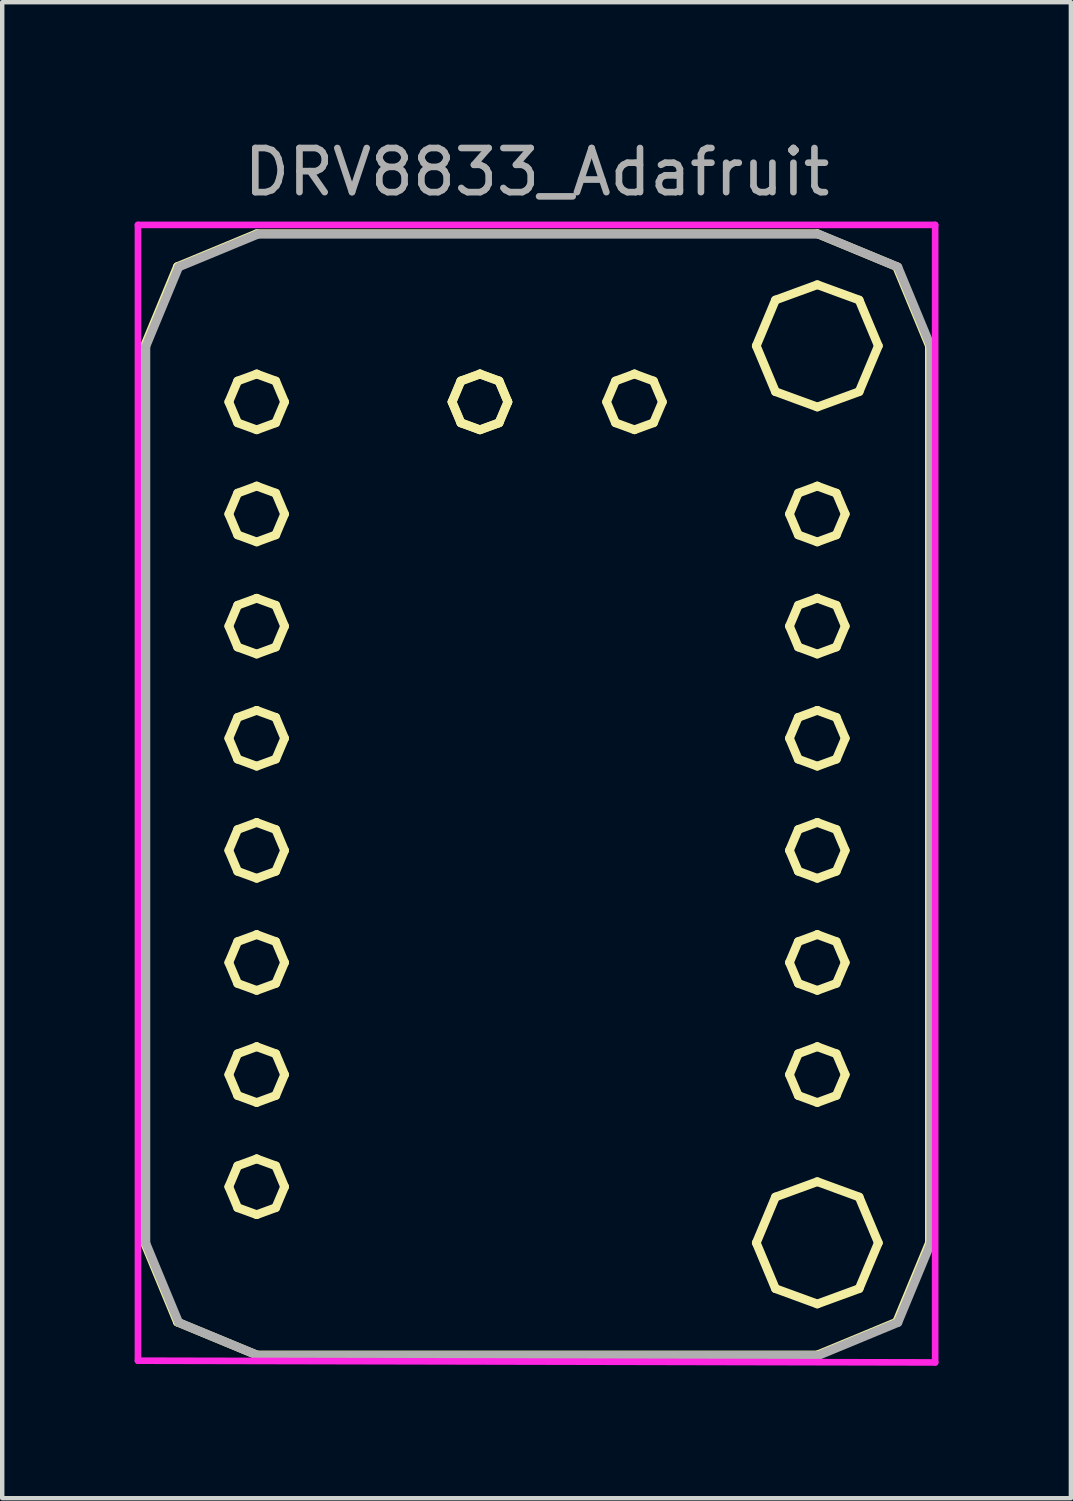
<source format=kicad_pcb>
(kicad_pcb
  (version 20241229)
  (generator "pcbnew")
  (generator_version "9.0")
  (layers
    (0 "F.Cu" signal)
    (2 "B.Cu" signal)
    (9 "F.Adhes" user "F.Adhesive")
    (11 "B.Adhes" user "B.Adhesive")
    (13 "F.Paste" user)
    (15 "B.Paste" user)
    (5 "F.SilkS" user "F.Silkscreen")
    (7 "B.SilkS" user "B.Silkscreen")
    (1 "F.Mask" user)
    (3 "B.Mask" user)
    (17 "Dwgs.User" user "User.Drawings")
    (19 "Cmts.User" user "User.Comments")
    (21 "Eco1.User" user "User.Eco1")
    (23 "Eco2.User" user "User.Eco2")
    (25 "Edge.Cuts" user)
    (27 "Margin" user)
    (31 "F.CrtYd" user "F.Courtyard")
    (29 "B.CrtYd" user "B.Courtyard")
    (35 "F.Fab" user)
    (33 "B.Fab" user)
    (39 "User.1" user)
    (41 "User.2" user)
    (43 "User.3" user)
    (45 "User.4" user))
  (footprint "DRV8833_Adafruit"
    (layer "F.Cu")
    (at 9.115 14.945)
    (property "Reference" "DRV8833_Adafruit" (at 0 -14.097 0) (layer "F.Fab") (effects (font (size 1 1) (thickness 0.15))))
    (attr smd)
    (fp_line (start -8.89 -10.16) (end -8.146 -11.956) (stroke (width 0.198) (type solid)) (layer "F.SilkS"))
    (fp_line (start -8.89 10.16) (end -8.89 -10.16) (stroke (width 0.198) (type solid)) (layer "F.SilkS"))
    (fp_line (start -8.146 -11.956) (end -6.35 -12.7) (stroke (width 0.198) (type solid)) (layer "F.SilkS"))
    (fp_line (start -8.146 11.956) (end -8.89 10.16) (stroke (width 0.198) (type solid)) (layer "F.SilkS"))
    (fp_line (start -6.982 -8.89) (end -6.782 -8.416) (stroke (width 0.198) (type solid)) (layer "F.SilkS"))
    (fp_line (start -6.982 -6.35) (end -6.782 -5.877) (stroke (width 0.198) (type solid)) (layer "F.SilkS"))
    (fp_line (start -6.982 -3.81) (end -6.782 -3.336) (stroke (width 0.198) (type solid)) (layer "F.SilkS"))
    (fp_line (start -6.982 -1.27) (end -6.782 -0.797) (stroke (width 0.198) (type solid)) (layer "F.SilkS"))
    (fp_line (start -6.982 1.271) (end -6.782 1.744) (stroke (width 0.198) (type solid)) (layer "F.SilkS"))
    (fp_line (start -6.982 3.81) (end -6.782 4.284) (stroke (width 0.198) (type solid)) (layer "F.SilkS"))
    (fp_line (start -6.982 6.35) (end -6.782 6.823) (stroke (width 0.198) (type solid)) (layer "F.SilkS"))
    (fp_line (start -6.982 8.89) (end -6.782 9.364) (stroke (width 0.198) (type solid)) (layer "F.SilkS"))
    (fp_line (start -6.782 -9.364) (end -6.982 -8.89) (stroke (width 0.198) (type solid)) (layer "F.SilkS"))
    (fp_line (start -6.782 -8.416) (end -6.35 -8.258) (stroke (width 0.198) (type solid)) (layer "F.SilkS"))
    (fp_line (start -6.782 -6.824) (end -6.982 -6.35) (stroke (width 0.198) (type solid)) (layer "F.SilkS"))
    (fp_line (start -6.782 -5.877) (end -6.35 -5.718) (stroke (width 0.198) (type solid)) (layer "F.SilkS"))
    (fp_line (start -6.782 -4.284) (end -6.982 -3.81) (stroke (width 0.198) (type solid)) (layer "F.SilkS"))
    (fp_line (start -6.782 -3.336) (end -6.35 -3.178) (stroke (width 0.198) (type solid)) (layer "F.SilkS"))
    (fp_line (start -6.782 -1.744) (end -6.982 -1.27) (stroke (width 0.198) (type solid)) (layer "F.SilkS"))
    (fp_line (start -6.782 -0.797) (end -6.35 -0.638) (stroke (width 0.198) (type solid)) (layer "F.SilkS"))
    (fp_line (start -6.782 0.797) (end -6.982 1.271) (stroke (width 0.198) (type solid)) (layer "F.SilkS"))
    (fp_line (start -6.782 1.744) (end -6.35 1.902) (stroke (width 0.198) (type solid)) (layer "F.SilkS"))
    (fp_line (start -6.782 3.336) (end -6.982 3.81) (stroke (width 0.198) (type solid)) (layer "F.SilkS"))
    (fp_line (start -6.782 4.284) (end -6.35 4.442) (stroke (width 0.198) (type solid)) (layer "F.SilkS"))
    (fp_line (start -6.782 5.876) (end -6.982 6.35) (stroke (width 0.198) (type solid)) (layer "F.SilkS"))
    (fp_line (start -6.782 6.823) (end -6.35 6.982) (stroke (width 0.198) (type solid)) (layer "F.SilkS"))
    (fp_line (start -6.782 8.416) (end -6.982 8.89) (stroke (width 0.198) (type solid)) (layer "F.SilkS"))
    (fp_line (start -6.782 9.364) (end -6.35 9.522) (stroke (width 0.198) (type solid)) (layer "F.SilkS"))
    (fp_line (start -6.35 -9.522) (end -6.782 -9.364) (stroke (width 0.198) (type solid)) (layer "F.SilkS"))
    (fp_line (start -6.35 -9.522) (end -6.35 -9.522) (stroke (width 0.198) (type solid)) (layer "F.SilkS"))
    (fp_line (start -6.35 -8.258) (end -5.918 -8.416) (stroke (width 0.198) (type solid)) (layer "F.SilkS"))
    (fp_line (start -6.35 -6.983) (end -6.782 -6.824) (stroke (width 0.198) (type solid)) (layer "F.SilkS"))
    (fp_line (start -6.35 -6.983) (end -6.35 -6.983) (stroke (width 0.198) (type solid)) (layer "F.SilkS"))
    (fp_line (start -6.35 -5.718) (end -5.918 -5.877) (stroke (width 0.198) (type solid)) (layer "F.SilkS"))
    (fp_line (start -6.35 -4.442) (end -6.782 -4.284) (stroke (width 0.198) (type solid)) (layer "F.SilkS"))
    (fp_line (start -6.35 -4.442) (end -6.35 -4.442) (stroke (width 0.198) (type solid)) (layer "F.SilkS"))
    (fp_line (start -6.35 -3.178) (end -5.918 -3.336) (stroke (width 0.198) (type solid)) (layer "F.SilkS"))
    (fp_line (start -6.35 -1.902) (end -6.782 -1.744) (stroke (width 0.198) (type solid)) (layer "F.SilkS"))
    (fp_line (start -6.35 -1.902) (end -6.35 -1.902) (stroke (width 0.198) (type solid)) (layer "F.SilkS"))
    (fp_line (start -6.35 -0.638) (end -5.918 -0.797) (stroke (width 0.198) (type solid)) (layer "F.SilkS"))
    (fp_line (start -6.35 0.638) (end -6.782 0.797) (stroke (width 0.198) (type solid)) (layer "F.SilkS"))
    (fp_line (start -6.35 0.638) (end -6.35 0.638) (stroke (width 0.198) (type solid)) (layer "F.SilkS"))
    (fp_line (start -6.35 1.902) (end -5.918 1.744) (stroke (width 0.198) (type solid)) (layer "F.SilkS"))
    (fp_line (start -6.35 3.178) (end -6.782 3.336) (stroke (width 0.198) (type solid)) (layer "F.SilkS"))
    (fp_line (start -6.35 3.178) (end -6.35 3.178) (stroke (width 0.198) (type solid)) (layer "F.SilkS"))
    (fp_line (start -6.35 4.442) (end -5.918 4.284) (stroke (width 0.198) (type solid)) (layer "F.SilkS"))
    (fp_line (start -6.35 5.717) (end -6.782 5.876) (stroke (width 0.198) (type solid)) (layer "F.SilkS"))
    (fp_line (start -6.35 5.717) (end -6.35 5.717) (stroke (width 0.198) (type solid)) (layer "F.SilkS"))
    (fp_line (start -6.35 6.982) (end -5.918 6.823) (stroke (width 0.198) (type solid)) (layer "F.SilkS"))
    (fp_line (start -6.35 8.258) (end -6.782 8.416) (stroke (width 0.198) (type solid)) (layer "F.SilkS"))
    (fp_line (start -6.35 8.258) (end -6.35 8.258) (stroke (width 0.198) (type solid)) (layer "F.SilkS"))
    (fp_line (start -6.35 9.522) (end -5.918 9.364) (stroke (width 0.198) (type solid)) (layer "F.SilkS"))
    (fp_line (start -6.35 -12.7) (end 6.35 -12.7) (stroke (width 0.198) (type solid)) (layer "F.SilkS"))
    (fp_line (start -6.35 12.7) (end -8.146 11.956) (stroke (width 0.198) (type solid)) (layer "F.SilkS"))
    (fp_line (start -5.918 -9.364) (end -6.35 -9.522) (stroke (width 0.198) (type solid)) (layer "F.SilkS"))
    (fp_line (start -5.918 -8.416) (end -5.718 -8.89) (stroke (width 0.198) (type solid)) (layer "F.SilkS"))
    (fp_line (start -5.918 -6.824) (end -6.35 -6.983) (stroke (width 0.198) (type solid)) (layer "F.SilkS"))
    (fp_line (start -5.918 -5.877) (end -5.718 -6.35) (stroke (width 0.198) (type solid)) (layer "F.SilkS"))
    (fp_line (start -5.918 -4.284) (end -6.35 -4.442) (stroke (width 0.198) (type solid)) (layer "F.SilkS"))
    (fp_line (start -5.918 -3.336) (end -5.718 -3.81) (stroke (width 0.198) (type solid)) (layer "F.SilkS"))
    (fp_line (start -5.918 -1.744) (end -6.35 -1.902) (stroke (width 0.198) (type solid)) (layer "F.SilkS"))
    (fp_line (start -5.918 -0.797) (end -5.718 -1.27) (stroke (width 0.198) (type solid)) (layer "F.SilkS"))
    (fp_line (start -5.918 0.797) (end -6.35 0.638) (stroke (width 0.198) (type solid)) (layer "F.SilkS"))
    (fp_line (start -5.918 1.744) (end -5.718 1.271) (stroke (width 0.198) (type solid)) (layer "F.SilkS"))
    (fp_line (start -5.918 3.336) (end -6.35 3.178) (stroke (width 0.198) (type solid)) (layer "F.SilkS"))
    (fp_line (start -5.918 4.284) (end -5.718 3.81) (stroke (width 0.198) (type solid)) (layer "F.SilkS"))
    (fp_line (start -5.918 5.876) (end -6.35 5.717) (stroke (width 0.198) (type solid)) (layer "F.SilkS"))
    (fp_line (start -5.918 6.823) (end -5.718 6.35) (stroke (width 0.198) (type solid)) (layer "F.SilkS"))
    (fp_line (start -5.918 8.416) (end -6.35 8.258) (stroke (width 0.198) (type solid)) (layer "F.SilkS"))
    (fp_line (start -5.918 9.364) (end -5.718 8.89) (stroke (width 0.198) (type solid)) (layer "F.SilkS"))
    (fp_line (start -5.718 -8.89) (end -5.918 -9.364) (stroke (width 0.198) (type solid)) (layer "F.SilkS"))
    (fp_line (start -5.718 -6.35) (end -5.918 -6.824) (stroke (width 0.198) (type solid)) (layer "F.SilkS"))
    (fp_line (start -5.718 -3.81) (end -5.918 -4.284) (stroke (width 0.198) (type solid)) (layer "F.SilkS"))
    (fp_line (start -5.718 -1.27) (end -5.918 -1.744) (stroke (width 0.198) (type solid)) (layer "F.SilkS"))
    (fp_line (start -5.718 1.271) (end -5.918 0.797) (stroke (width 0.198) (type solid)) (layer "F.SilkS"))
    (fp_line (start -5.718 3.81) (end -5.918 3.336) (stroke (width 0.198) (type solid)) (layer "F.SilkS"))
    (fp_line (start -5.718 6.35) (end -5.918 5.876) (stroke (width 0.198) (type solid)) (layer "F.SilkS"))
    (fp_line (start -5.718 8.89) (end -5.918 8.416) (stroke (width 0.198) (type solid)) (layer "F.SilkS"))
    (fp_line (start -1.924 -8.89) (end -1.724 -8.416) (stroke (width 0.198) (type solid)) (layer "F.SilkS"))
    (fp_line (start -1.924 -8.89) (end -1.724 -8.416) (stroke (width 0.198) (type solid)) (layer "F.SilkS"))
    (fp_line (start -1.724 -9.364) (end -1.924 -8.89) (stroke (width 0.198) (type solid)) (layer "F.SilkS"))
    (fp_line (start -1.724 -9.364) (end -1.924 -8.89) (stroke (width 0.198) (type solid)) (layer "F.SilkS"))
    (fp_line (start -1.724 -8.416) (end -1.292 -8.258) (stroke (width 0.198) (type solid)) (layer "F.SilkS"))
    (fp_line (start -1.724 -8.416) (end -1.292 -8.258) (stroke (width 0.198) (type solid)) (layer "F.SilkS"))
    (fp_line (start -1.292 -9.522) (end -1.724 -9.364) (stroke (width 0.198) (type solid)) (layer "F.SilkS"))
    (fp_line (start -1.292 -9.522) (end -1.724 -9.364) (stroke (width 0.198) (type solid)) (layer "F.SilkS"))
    (fp_line (start -1.292 -9.522) (end -1.292 -9.522) (stroke (width 0.198) (type solid)) (layer "F.SilkS"))
    (fp_line (start -1.292 -9.522) (end -1.292 -9.522) (stroke (width 0.198) (type solid)) (layer "F.SilkS"))
    (fp_line (start -1.292 -8.258) (end -0.86 -8.416) (stroke (width 0.198) (type solid)) (layer "F.SilkS"))
    (fp_line (start -1.292 -8.258) (end -0.86 -8.416) (stroke (width 0.198) (type solid)) (layer "F.SilkS"))
    (fp_line (start -0.86 -9.364) (end -1.292 -9.522) (stroke (width 0.198) (type solid)) (layer "F.SilkS"))
    (fp_line (start -0.86 -9.364) (end -1.292 -9.522) (stroke (width 0.198) (type solid)) (layer "F.SilkS"))
    (fp_line (start -0.86 -8.416) (end -0.66 -8.89) (stroke (width 0.198) (type solid)) (layer "F.SilkS"))
    (fp_line (start -0.86 -8.416) (end -0.66 -8.89) (stroke (width 0.198) (type solid)) (layer "F.SilkS"))
    (fp_line (start -0.66 -8.89) (end -0.86 -9.364) (stroke (width 0.198) (type solid)) (layer "F.SilkS"))
    (fp_line (start -0.66 -8.89) (end -0.86 -9.364) (stroke (width 0.198) (type solid)) (layer "F.SilkS"))
    (fp_line (start 1.576 -8.89) (end 1.777 -8.417) (stroke (width 0.198) (type solid)) (layer "F.SilkS"))
    (fp_line (start 1.777 -9.364) (end 1.576 -8.89) (stroke (width 0.198) (type solid)) (layer "F.SilkS"))
    (fp_line (start 1.777 -8.417) (end 2.208 -8.259) (stroke (width 0.198) (type solid)) (layer "F.SilkS"))
    (fp_line (start 2.208 -9.523) (end 1.777 -9.364) (stroke (width 0.198) (type solid)) (layer "F.SilkS"))
    (fp_line (start 2.208 -9.523) (end 2.208 -9.523) (stroke (width 0.198) (type solid)) (layer "F.SilkS"))
    (fp_line (start 2.208 -8.259) (end 2.64 -8.417) (stroke (width 0.198) (type solid)) (layer "F.SilkS"))
    (fp_line (start 2.64 -9.364) (end 2.208 -9.523) (stroke (width 0.198) (type solid)) (layer "F.SilkS"))
    (fp_line (start 2.64 -8.417) (end 2.841 -8.89) (stroke (width 0.198) (type solid)) (layer "F.SilkS"))
    (fp_line (start 2.841 -8.89) (end 2.64 -9.364) (stroke (width 0.198) (type solid)) (layer "F.SilkS"))
    (fp_line (start 4.968 -10.16) (end 5.402 -9.122) (stroke (width 0.198) (type solid)) (layer "F.SilkS"))
    (fp_line (start 4.968 10.16) (end 5.402 11.198) (stroke (width 0.198) (type solid)) (layer "F.SilkS"))
    (fp_line (start 5.402 -11.198) (end 4.968 -10.16) (stroke (width 0.198) (type solid)) (layer "F.SilkS"))
    (fp_line (start 5.402 -9.122) (end 6.35 -8.775) (stroke (width 0.198) (type solid)) (layer "F.SilkS"))
    (fp_line (start 5.402 9.122) (end 4.968 10.16) (stroke (width 0.198) (type solid)) (layer "F.SilkS"))
    (fp_line (start 5.402 11.198) (end 6.35 11.545) (stroke (width 0.198) (type solid)) (layer "F.SilkS"))
    (fp_line (start 5.719 -6.35) (end 5.919 -5.877) (stroke (width 0.198) (type solid)) (layer "F.SilkS"))
    (fp_line (start 5.719 -3.81) (end 5.919 -3.337) (stroke (width 0.198) (type solid)) (layer "F.SilkS"))
    (fp_line (start 5.719 -1.27) (end 5.919 -0.796) (stroke (width 0.198) (type solid)) (layer "F.SilkS"))
    (fp_line (start 5.719 1.27) (end 5.919 1.743) (stroke (width 0.198) (type solid)) (layer "F.SilkS"))
    (fp_line (start 5.719 3.81) (end 5.919 4.283) (stroke (width 0.198) (type solid)) (layer "F.SilkS"))
    (fp_line (start 5.719 6.35) (end 5.919 6.823) (stroke (width 0.198) (type solid)) (layer "F.SilkS"))
    (fp_line (start 5.919 -6.824) (end 5.719 -6.35) (stroke (width 0.198) (type solid)) (layer "F.SilkS"))
    (fp_line (start 5.919 -5.877) (end 6.35 -5.718) (stroke (width 0.198) (type solid)) (layer "F.SilkS"))
    (fp_line (start 5.919 -4.284) (end 5.719 -3.81) (stroke (width 0.198) (type solid)) (layer "F.SilkS"))
    (fp_line (start 5.919 -3.337) (end 6.35 -3.178) (stroke (width 0.198) (type solid)) (layer "F.SilkS"))
    (fp_line (start 5.919 -1.744) (end 5.719 -1.27) (stroke (width 0.198) (type solid)) (layer "F.SilkS"))
    (fp_line (start 5.919 -0.796) (end 6.35 -0.638) (stroke (width 0.198) (type solid)) (layer "F.SilkS"))
    (fp_line (start 5.919 0.796) (end 5.719 1.27) (stroke (width 0.198) (type solid)) (layer "F.SilkS"))
    (fp_line (start 5.919 1.743) (end 6.35 1.902) (stroke (width 0.198) (type solid)) (layer "F.SilkS"))
    (fp_line (start 5.919 3.336) (end 5.719 3.81) (stroke (width 0.198) (type solid)) (layer "F.SilkS"))
    (fp_line (start 5.919 4.283) (end 6.35 4.441) (stroke (width 0.198) (type solid)) (layer "F.SilkS"))
    (fp_line (start 5.919 5.876) (end 5.719 6.35) (stroke (width 0.198) (type solid)) (layer "F.SilkS"))
    (fp_line (start 5.919 6.823) (end 6.35 6.982) (stroke (width 0.198) (type solid)) (layer "F.SilkS"))
    (fp_line (start 6.35 -11.545) (end 5.402 -11.198) (stroke (width 0.198) (type solid)) (layer "F.SilkS"))
    (fp_line (start 6.35 -8.775) (end 7.298 -9.122) (stroke (width 0.198) (type solid)) (layer "F.SilkS"))
    (fp_line (start 6.35 8.775) (end 5.402 9.122) (stroke (width 0.198) (type solid)) (layer "F.SilkS"))
    (fp_line (start 6.35 11.545) (end 7.298 11.198) (stroke (width 0.198) (type solid)) (layer "F.SilkS"))
    (fp_line (start 6.35 -12.7) (end 8.146 -11.956) (stroke (width 0.198) (type solid)) (layer "F.SilkS"))
    (fp_line (start 6.35 12.7) (end -6.35 12.7) (stroke (width 0.198) (type solid)) (layer "F.SilkS"))
    (fp_line (start 6.35 -6.983) (end 5.919 -6.824) (stroke (width 0.198) (type solid)) (layer "F.SilkS"))
    (fp_line (start 6.35 -6.983) (end 6.35 -6.983) (stroke (width 0.198) (type solid)) (layer "F.SilkS"))
    (fp_line (start 6.35 -5.718) (end 6.782 -5.877) (stroke (width 0.198) (type solid)) (layer "F.SilkS"))
    (fp_line (start 6.35 -4.443) (end 5.919 -4.284) (stroke (width 0.198) (type solid)) (layer "F.SilkS"))
    (fp_line (start 6.35 -4.443) (end 6.35 -4.443) (stroke (width 0.198) (type solid)) (layer "F.SilkS"))
    (fp_line (start 6.35 -3.178) (end 6.782 -3.337) (stroke (width 0.198) (type solid)) (layer "F.SilkS"))
    (fp_line (start 6.35 -1.902) (end 5.919 -1.744) (stroke (width 0.198) (type solid)) (layer "F.SilkS"))
    (fp_line (start 6.35 -1.902) (end 6.35 -1.902) (stroke (width 0.198) (type solid)) (layer "F.SilkS"))
    (fp_line (start 6.35 -0.638) (end 6.782 -0.796) (stroke (width 0.198) (type solid)) (layer "F.SilkS"))
    (fp_line (start 6.35 0.637) (end 5.919 0.796) (stroke (width 0.198) (type solid)) (layer "F.SilkS"))
    (fp_line (start 6.35 0.637) (end 6.35 0.637) (stroke (width 0.198) (type solid)) (layer "F.SilkS"))
    (fp_line (start 6.35 1.902) (end 6.782 1.743) (stroke (width 0.198) (type solid)) (layer "F.SilkS"))
    (fp_line (start 6.35 3.177) (end 5.919 3.336) (stroke (width 0.198) (type solid)) (layer "F.SilkS"))
    (fp_line (start 6.35 3.177) (end 6.35 3.177) (stroke (width 0.198) (type solid)) (layer "F.SilkS"))
    (fp_line (start 6.35 4.441) (end 6.782 4.283) (stroke (width 0.198) (type solid)) (layer "F.SilkS"))
    (fp_line (start 6.35 5.717) (end 5.919 5.876) (stroke (width 0.198) (type solid)) (layer "F.SilkS"))
    (fp_line (start 6.35 5.717) (end 6.35 5.717) (stroke (width 0.198) (type solid)) (layer "F.SilkS"))
    (fp_line (start 6.35 6.982) (end 6.782 6.823) (stroke (width 0.198) (type solid)) (layer "F.SilkS"))
    (fp_line (start 6.782 -6.824) (end 6.35 -6.983) (stroke (width 0.198) (type solid)) (layer "F.SilkS"))
    (fp_line (start 6.782 -5.877) (end 6.983 -6.35) (stroke (width 0.198) (type solid)) (layer "F.SilkS"))
    (fp_line (start 6.782 -4.284) (end 6.35 -4.443) (stroke (width 0.198) (type solid)) (layer "F.SilkS"))
    (fp_line (start 6.782 -3.337) (end 6.983 -3.81) (stroke (width 0.198) (type solid)) (layer "F.SilkS"))
    (fp_line (start 6.782 -1.744) (end 6.35 -1.902) (stroke (width 0.198) (type solid)) (layer "F.SilkS"))
    (fp_line (start 6.782 -0.796) (end 6.983 -1.27) (stroke (width 0.198) (type solid)) (layer "F.SilkS"))
    (fp_line (start 6.782 0.796) (end 6.35 0.637) (stroke (width 0.198) (type solid)) (layer "F.SilkS"))
    (fp_line (start 6.782 1.743) (end 6.983 1.27) (stroke (width 0.198) (type solid)) (layer "F.SilkS"))
    (fp_line (start 6.782 3.336) (end 6.35 3.177) (stroke (width 0.198) (type solid)) (layer "F.SilkS"))
    (fp_line (start 6.782 4.283) (end 6.983 3.81) (stroke (width 0.198) (type solid)) (layer "F.SilkS"))
    (fp_line (start 6.782 5.876) (end 6.35 5.717) (stroke (width 0.198) (type solid)) (layer "F.SilkS"))
    (fp_line (start 6.782 6.823) (end 6.983 6.35) (stroke (width 0.198) (type solid)) (layer "F.SilkS"))
    (fp_line (start 6.983 -6.35) (end 6.782 -6.824) (stroke (width 0.198) (type solid)) (layer "F.SilkS"))
    (fp_line (start 6.983 -3.81) (end 6.782 -4.284) (stroke (width 0.198) (type solid)) (layer "F.SilkS"))
    (fp_line (start 6.983 -1.27) (end 6.782 -1.744) (stroke (width 0.198) (type solid)) (layer "F.SilkS"))
    (fp_line (start 6.983 1.27) (end 6.782 0.796) (stroke (width 0.198) (type solid)) (layer "F.SilkS"))
    (fp_line (start 6.983 3.81) (end 6.782 3.336) (stroke (width 0.198) (type solid)) (layer "F.SilkS"))
    (fp_line (start 6.983 6.35) (end 6.782 5.876) (stroke (width 0.198) (type solid)) (layer "F.SilkS"))
    (fp_line (start 7.298 -11.198) (end 6.35 -11.545) (stroke (width 0.198) (type solid)) (layer "F.SilkS"))
    (fp_line (start 7.298 -9.122) (end 7.733 -10.16) (stroke (width 0.198) (type solid)) (layer "F.SilkS"))
    (fp_line (start 7.298 9.122) (end 6.35 8.775) (stroke (width 0.198) (type solid)) (layer "F.SilkS"))
    (fp_line (start 7.298 11.198) (end 7.733 10.16) (stroke (width 0.198) (type solid)) (layer "F.SilkS"))
    (fp_line (start 7.733 -10.16) (end 7.298 -11.198) (stroke (width 0.198) (type solid)) (layer "F.SilkS"))
    (fp_line (start 7.733 10.16) (end 7.298 9.122) (stroke (width 0.198) (type solid)) (layer "F.SilkS"))
    (fp_line (start 8.146 -11.956) (end 8.89 -10.16) (stroke (width 0.198) (type solid)) (layer "F.SilkS"))
    (fp_line (start 8.146 11.956) (end 6.35 12.7) (stroke (width 0.198) (type solid)) (layer "F.SilkS"))
    (fp_line (start 8.89 -10.16) (end 8.89 10.16) (stroke (width 0.198) (type solid)) (layer "F.SilkS"))
    (fp_line (start 8.89 10.16) (end 8.146 11.956) (stroke (width 0.198) (type solid)) (layer "F.SilkS"))
    (fp_line (start -9.04 -12.9) (end -9.04 12.83) (stroke (width 0.15) (type solid)) (layer "F.CrtYd"))
    (fp_line (start -9.04 12.83) (end 9.02 12.87) (stroke (width 0.15) (type solid)) (layer "F.CrtYd"))
    (fp_line (start 9.02 -12.9) (end -9.04 -12.9) (stroke (width 0.15) (type solid)) (layer "F.CrtYd"))
    (fp_line (start 9.02 12.87) (end 9.02 -12.9) (stroke (width 0.15) (type solid)) (layer "F.CrtYd"))
    (fp_line (start -8.86 -10.15) (end -8.116 -11.946) (stroke (width 0.198) (type solid)) (layer "F.Fab"))
    (fp_line (start -8.86 10.17) (end -8.86 -10.15) (stroke (width 0.198) (type solid)) (layer "F.Fab"))
    (fp_line (start -8.116 -11.946) (end -6.32 -12.69) (stroke (width 0.198) (type solid)) (layer "F.Fab"))
    (fp_line (start -8.116 11.966) (end -8.86 10.17) (stroke (width 0.198) (type solid)) (layer "F.Fab"))
    (fp_line (start -6.32 -12.69) (end 6.38 -12.69) (stroke (width 0.198) (type solid)) (layer "F.Fab"))
    (fp_line (start -6.32 12.71) (end -8.116 11.966) (stroke (width 0.198) (type solid)) (layer "F.Fab"))
    (fp_line (start 6.38 -12.69) (end 8.176 -11.946) (stroke (width 0.198) (type solid)) (layer "F.Fab"))
    (fp_line (start 6.38 12.71) (end -6.32 12.71) (stroke (width 0.198) (type solid)) (layer "F.Fab"))
    (fp_line (start 8.176 -11.946) (end 8.92 -10.15) (stroke (width 0.198) (type solid)) (layer "F.Fab"))
    (fp_line (start 8.176 11.966) (end 6.38 12.71) (stroke (width 0.198) (type solid)) (layer "F.Fab"))
    (fp_line (start 8.92 -10.15) (end 8.92 10.17) (stroke (width 0.198) (type solid)) (layer "F.Fab"))
    (fp_line (start 8.92 10.17) (end 8.176 11.966) (stroke (width 0.198) (type solid)) (layer "F.Fab")))
  (gr_rect
    (start -3 -3)
    (end 21.21 30.89)
    (stroke (width 0.1) (type default))
    (fill no)
    (layer "Edge.Cuts")))
</source>
